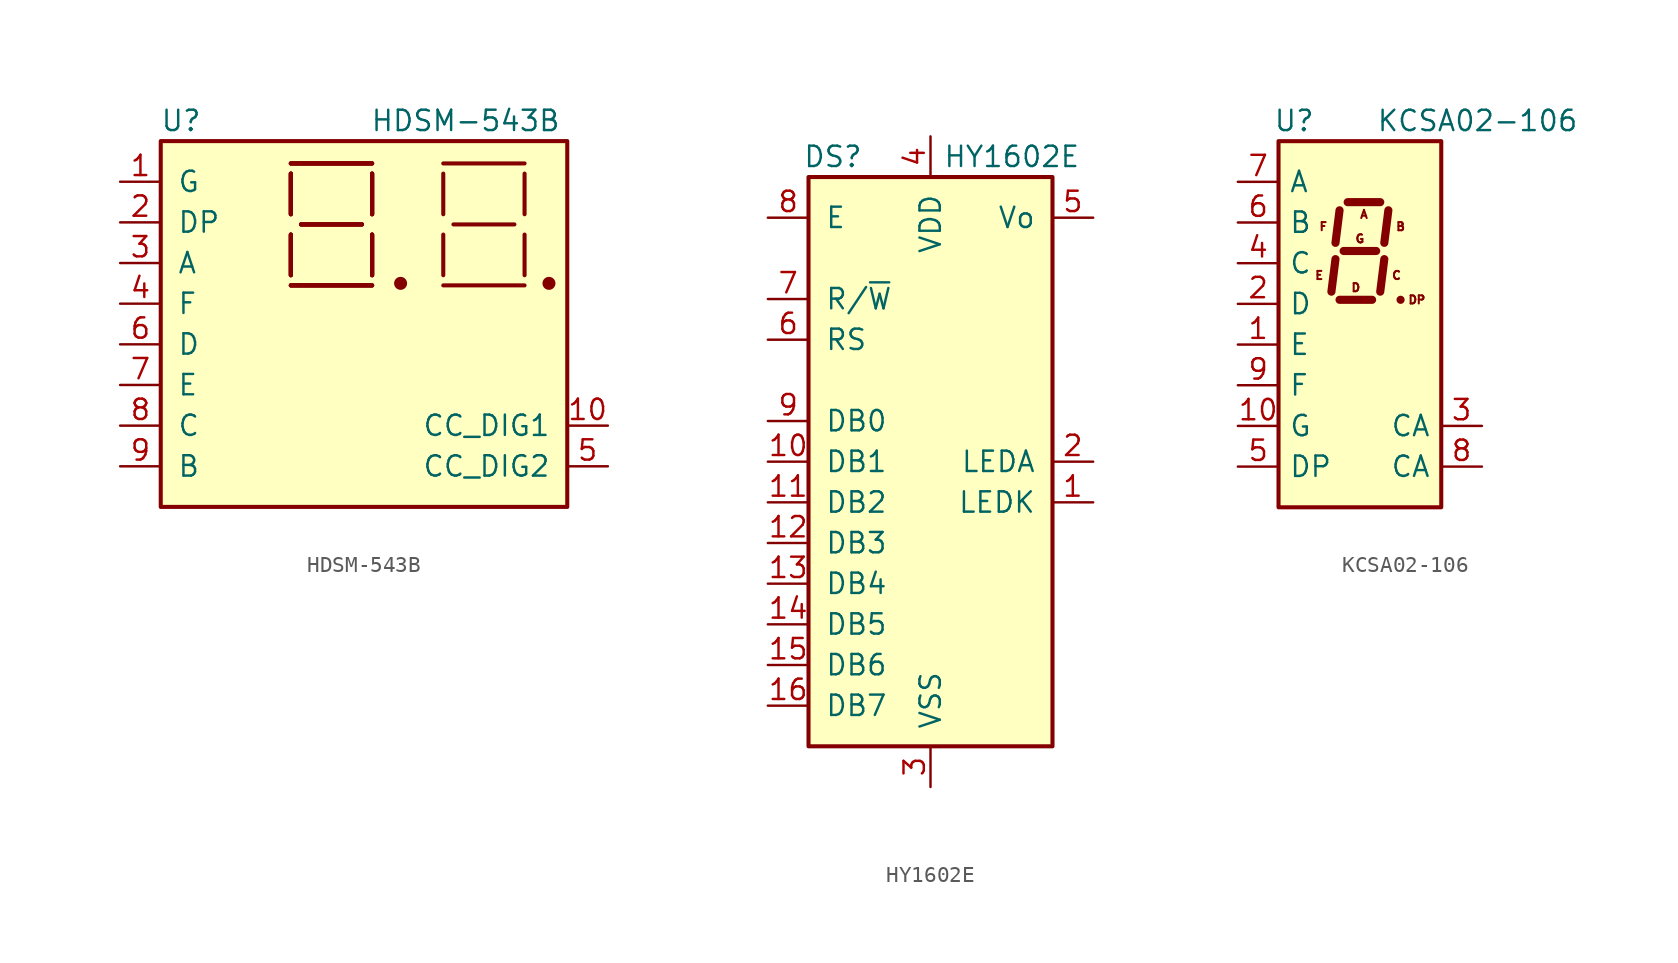
<source format=kicad_sym>
(kicad_symbol_lib
  (version 20231120)
  (generator "kicad_symbol_editor")
  (generator_version "8.0")
  (symbol "HDSM-543B"
    (pin_names
      (offset 1.016))
    (property "Reference" "U"
      (at -11.43 11.43 0)
      (effects (font (size 1.27 1.27))))
    (property "Value" "HDSM-543B"
      (at 6.35 11.43 0)
      (effects (font (size 1.27 1.27))))
    (symbol "HDSM-543B_0_1"
      (rectangle (start -12.7 10.16) (end 12.7 -12.7) (stroke (width 0.254) (type default)) (fill (type background)))
      (polyline (pts (xy -4.572 1.143) (xy 0.508 1.143)) (stroke (width 0.254) (type default)) (fill (type none)))
      (polyline (pts (xy -4.572 1.143) (xy 0.508 1.143)) (stroke (width 0.254) (type default)) (fill (type none)))
      (polyline (pts (xy -4.572 1.143) (xy 0.508 1.143)) (stroke (width 0.254) (type default)) (fill (type none)))
      (polyline (pts (xy -4.572 1.143) (xy 0.508 1.143)) (stroke (width 0.254) (type default)) (fill (type none)))
      (polyline (pts (xy -4.572 1.778) (xy -4.572 4.318)) (stroke (width 0.254) (type default)) (fill (type none)))
      (polyline (pts (xy -4.572 1.778) (xy -4.572 4.318)) (stroke (width 0.254) (type default)) (fill (type none)))
      (polyline (pts (xy -4.572 1.778) (xy -4.572 4.318)) (stroke (width 0.254) (type default)) (fill (type none)))
      (polyline (pts (xy -4.572 1.778) (xy -4.572 4.318)) (stroke (width 0.254) (type default)) (fill (type none)))
      (polyline (pts (xy -4.572 5.588) (xy -4.572 8.128)) (stroke (width 0.254) (type default)) (fill (type none)))
      (polyline (pts (xy -4.572 5.588) (xy -4.572 8.128)) (stroke (width 0.254) (type default)) (fill (type none)))
      (polyline (pts (xy -4.572 5.588) (xy -4.572 8.128)) (stroke (width 0.254) (type default)) (fill (type none)))
      (polyline (pts (xy -4.572 5.588) (xy -4.572 8.128)) (stroke (width 0.254) (type default)) (fill (type none)))
      (polyline (pts (xy -4.572 8.763) (xy 0.508 8.763)) (stroke (width 0.254) (type default)) (fill (type none)))
      (polyline (pts (xy -4.572 8.763) (xy 0.508 8.763)) (stroke (width 0.254) (type default)) (fill (type none)))
      (polyline (pts (xy -4.572 8.763) (xy 0.508 8.763)) (stroke (width 0.254) (type default)) (fill (type none)))
      (polyline (pts (xy -4.572 8.763) (xy 0.508 8.763)) (stroke (width 0.254) (type default)) (fill (type none)))
      (polyline (pts (xy -3.937 4.953) (xy -0.127 4.953)) (stroke (width 0.254) (type default)) (fill (type none)))
      (polyline (pts (xy -3.937 4.953) (xy -0.127 4.953)) (stroke (width 0.254) (type default)) (fill (type none)))
      (polyline (pts (xy -3.937 4.953) (xy -0.127 4.953)) (stroke (width 0.254) (type default)) (fill (type none)))
      (polyline (pts (xy -3.937 4.953) (xy -0.127 4.953)) (stroke (width 0.254) (type default)) (fill (type none)))
      (polyline (pts (xy 0.508 1.778) (xy 0.508 4.318)) (stroke (width 0.254) (type default)) (fill (type none)))
      (polyline (pts (xy 0.508 1.778) (xy 0.508 4.318)) (stroke (width 0.254) (type default)) (fill (type none)))
      (polyline (pts (xy 0.508 1.778) (xy 0.508 4.318)) (stroke (width 0.254) (type default)) (fill (type none)))
      (polyline (pts (xy 0.508 1.778) (xy 0.508 4.318)) (stroke (width 0.254) (type default)) (fill (type none)))
      (polyline (pts (xy 0.508 8.128) (xy 0.508 5.588)) (stroke (width 0.254) (type default)) (fill (type none)))
      (polyline (pts (xy 0.508 8.128) (xy 0.508 5.588)) (stroke (width 0.254) (type default)) (fill (type none)))
      (polyline (pts (xy 0.508 8.128) (xy 0.508 5.588)) (stroke (width 0.254) (type default)) (fill (type none)))
      (polyline (pts (xy 0.508 8.128) (xy 0.508 5.588)) (stroke (width 0.254) (type default)) (fill (type none)))
      (polyline (pts (xy 4.953 1.143) (xy 10.033 1.143)) (stroke (width 0.254) (type default)) (fill (type none)))
      (polyline (pts (xy 4.953 1.778) (xy 4.953 4.318)) (stroke (width 0.254) (type default)) (fill (type none)))
      (polyline (pts (xy 4.953 5.588) (xy 4.953 8.128)) (stroke (width 0.254) (type default)) (fill (type none)))
      (polyline (pts (xy 4.953 8.763) (xy 10.033 8.763)) (stroke (width 0.254) (type default)) (fill (type none)))
      (polyline (pts (xy 5.588 4.953) (xy 9.398 4.953)) (stroke (width 0.254) (type default)) (fill (type none)))
      (polyline (pts (xy 10.033 1.778) (xy 10.033 4.318)) (stroke (width 0.254) (type default)) (fill (type none)))
      (polyline (pts (xy 10.033 5.588) (xy 10.033 8.128)) (stroke (width 0.254) (type default)) (fill (type none)))
      (circle (center 2.286 1.27) (radius 0.279) (stroke (width 0.254) (type default)) (fill (type outline)))
      (circle (center 11.557 1.27) (radius 0.279) (stroke (width 0.254) (type default)) (fill (type outline))))
    (symbol "HDSM-543B_1_1"
      (pin input line (at -15.24 7.62 0) (length 2.54) (name "G" (effects (font (size 1.27 1.27)))) (number "1" (effects (font (size 1.27 1.27)))))
      (pin input line (at 15.24 -7.62 180) (length 2.54) (name "CC_DIG1" (effects (font (size 1.27 1.27)))) (number "10" (effects (font (size 1.27 1.27)))))
      (pin input line (at -15.24 5.08 0) (length 2.54) (name "DP" (effects (font (size 1.27 1.27)))) (number "2" (effects (font (size 1.27 1.27)))))
      (pin input line (at -15.24 2.54 0) (length 2.54) (name "A" (effects (font (size 1.27 1.27)))) (number "3" (effects (font (size 1.27 1.27)))))
      (pin input line (at -15.24 0 0) (length 2.54) (name "F" (effects (font (size 1.27 1.27)))) (number "4" (effects (font (size 1.27 1.27)))))
      (pin input line (at 15.24 -10.16 180) (length 2.54) (name "CC_DIG2" (effects (font (size 1.27 1.27)))) (number "5" (effects (font (size 1.27 1.27)))))
      (pin input line (at -15.24 -2.54 0) (length 2.54) (name "D" (effects (font (size 1.27 1.27)))) (number "6" (effects (font (size 1.27 1.27)))))
      (pin input line (at -15.24 -5.08 0) (length 2.54) (name "E" (effects (font (size 1.27 1.27)))) (number "7" (effects (font (size 1.27 1.27)))))
      (pin input line (at -15.24 -7.62 0) (length 2.54) (name "C" (effects (font (size 1.27 1.27)))) (number "8" (effects (font (size 1.27 1.27)))))
      (pin input line (at -15.24 -10.16 0) (length 2.54) (name "B" (effects (font (size 1.27 1.27)))) (number "9" (effects (font (size 1.27 1.27)))))))
  (symbol "HY1602E"
    (pin_names
      (offset 1.016))
    (property "Reference" "DS"
      (at -6.096 19.05 0)
      (effects (font (size 1.27 1.27))))
    (property "Value" "HY1602E"
      (at 5.08 19.05 0)
      (effects (font (size 1.27 1.27))))
    (symbol "HY1602E_0_1"
      (rectangle (start -7.62 17.78) (end 7.62 -17.78) (stroke (width 0.254) (type default)) (fill (type background))))
    (symbol "HY1602E_1_1"
      (pin passive line (at 10.16 -2.54 180) (length 2.54) (name "LEDK" (effects (font (size 1.27 1.27)))) (number "1" (effects (font (size 1.27 1.27)))))
      (pin bidirectional line (at -10.16 0 0) (length 2.54) (name "DB1" (effects (font (size 1.27 1.27)))) (number "10" (effects (font (size 1.27 1.27)))))
      (pin bidirectional line (at -10.16 -2.54 0) (length 2.54) (name "DB2" (effects (font (size 1.27 1.27)))) (number "11" (effects (font (size 1.27 1.27)))))
      (pin bidirectional line (at -10.16 -5.08 0) (length 2.54) (name "DB3" (effects (font (size 1.27 1.27)))) (number "12" (effects (font (size 1.27 1.27)))))
      (pin bidirectional line (at -10.16 -7.62 0) (length 2.54) (name "DB4" (effects (font (size 1.27 1.27)))) (number "13" (effects (font (size 1.27 1.27)))))
      (pin bidirectional line (at -10.16 -10.16 0) (length 2.54) (name "DB5" (effects (font (size 1.27 1.27)))) (number "14" (effects (font (size 1.27 1.27)))))
      (pin bidirectional line (at -10.16 -12.7 0) (length 2.54) (name "DB6" (effects (font (size 1.27 1.27)))) (number "15" (effects (font (size 1.27 1.27)))))
      (pin bidirectional line (at -10.16 -15.24 0) (length 2.54) (name "DB7" (effects (font (size 1.27 1.27)))) (number "16" (effects (font (size 1.27 1.27)))))
      (pin passive line (at 10.16 0 180) (length 2.54) (name "LEDA" (effects (font (size 1.27 1.27)))) (number "2" (effects (font (size 1.27 1.27)))))
      (pin power_in line (at 0 -20.32 90) (length 2.54) (name "VSS" (effects (font (size 1.27 1.27)))) (number "3" (effects (font (size 1.27 1.27)))))
      (pin power_in line (at 0 20.32 270) (length 2.54) (name "VDD" (effects (font (size 1.27 1.27)))) (number "4" (effects (font (size 1.27 1.27)))))
      (pin input line (at 10.16 15.24 180) (length 2.54) (name "Vo" (effects (font (size 1.27 1.27)))) (number "5" (effects (font (size 1.27 1.27)))))
      (pin input line (at -10.16 7.62 0) (length 2.54) (name "RS" (effects (font (size 1.27 1.27)))) (number "6" (effects (font (size 1.27 1.27)))))
      (pin input line (at -10.16 10.16 0) (length 2.54) (name "R/~{W}" (effects (font (size 1.27 1.27)))) (number "7" (effects (font (size 1.27 1.27)))))
      (pin input line (at -10.16 15.24 0) (length 2.54) (name "E" (effects (font (size 1.27 1.27)))) (number "8" (effects (font (size 1.27 1.27)))))
      (pin bidirectional line (at -10.16 2.54 0) (length 2.54) (name "DB0" (effects (font (size 1.27 1.27)))) (number "9" (effects (font (size 1.27 1.27)))))))
  (symbol "KCSA02-106"
    (pin_names
      (offset 0.635))
    (property "Reference" "U"
      (at -2.794 11.43 0)
      (effects (font (size 1.27 1.27)) (justify right)))
    (property "Value" "KCSA02-106"
      (at 1.016 11.43 0)
      (effects (font (size 1.27 1.27)) (justify left)))
    (symbol "KCSA02-106_0_0"
      (text "A" (at 0.254 5.588 0) (effects (font (size 0.508 0.508))))
      (text "B" (at 2.54 4.826 0) (effects (font (size 0.508 0.508))))
      (text "C" (at 2.286 1.778 0) (effects (font (size 0.508 0.508))))
      (text "D" (at -0.254 1.016 0) (effects (font (size 0.508 0.508))))
      (text "DP" (at 3.556 0.254 0) (effects (font (size 0.508 0.508))))
      (text "E" (at -2.54 1.778 0) (effects (font (size 0.508 0.508))))
      (text "F" (at -2.286 4.826 0) (effects (font (size 0.508 0.508))))
      (text "G" (at 0 4.064 0) (effects (font (size 0.508 0.508)))))
    (symbol "KCSA02-106_0_1"
      (rectangle (start -5.08 10.16) (end 5.08 -12.7) (stroke (width 0.254) (type default)) (fill (type background)))
      (polyline (pts (xy -1.524 2.794) (xy -1.778 0.762)) (stroke (width 0.508) (type default)) (fill (type none)))
      (polyline (pts (xy -1.27 0.254) (xy 0.762 0.254)) (stroke (width 0.508) (type default)) (fill (type none)))
      (polyline (pts (xy -1.27 5.842) (xy -1.524 3.81)) (stroke (width 0.508) (type default)) (fill (type none)))
      (polyline (pts (xy -1.016 3.302) (xy 1.016 3.302)) (stroke (width 0.508) (type default)) (fill (type none)))
      (polyline (pts (xy -0.762 6.35) (xy 1.27 6.35)) (stroke (width 0.508) (type default)) (fill (type none)))
      (polyline (pts (xy 1.524 2.794) (xy 1.27 0.762)) (stroke (width 0.508) (type default)) (fill (type none)))
      (polyline (pts (xy 1.778 5.842) (xy 1.524 3.81)) (stroke (width 0.508) (type default)) (fill (type none)))
      (polyline (pts (xy 2.54 0.254) (xy 2.54 0.254)) (stroke (width 0.508) (type default)) (fill (type none))))
    (symbol "KCSA02-106_1_1"
      (pin input line (at -7.62 -2.54 0) (length 2.54) (name "E" (effects (font (size 1.27 1.27)))) (number "1" (effects (font (size 1.27 1.27)))))
      (pin input line (at -7.62 -7.62 0) (length 2.54) (name "G" (effects (font (size 1.27 1.27)))) (number "10" (effects (font (size 1.27 1.27)))))
      (pin input line (at -7.62 0 0) (length 2.54) (name "D" (effects (font (size 1.27 1.27)))) (number "2" (effects (font (size 1.27 1.27)))))
      (pin input line (at 7.62 -7.62 180) (length 2.54) (name "CA" (effects (font (size 1.27 1.27)))) (number "3" (effects (font (size 1.27 1.27)))))
      (pin input line (at -7.62 2.54 0) (length 2.54) (name "C" (effects (font (size 1.27 1.27)))) (number "4" (effects (font (size 1.27 1.27)))))
      (pin input line (at -7.62 -10.16 0) (length 2.54) (name "DP" (effects (font (size 1.27 1.27)))) (number "5" (effects (font (size 1.27 1.27)))))
      (pin input line (at -7.62 5.08 0) (length 2.54) (name "B" (effects (font (size 1.27 1.27)))) (number "6" (effects (font (size 1.27 1.27)))))
      (pin input line (at -7.62 7.62 0) (length 2.54) (name "A" (effects (font (size 1.27 1.27)))) (number "7" (effects (font (size 1.27 1.27)))))
      (pin input line (at 7.62 -10.16 180) (length 2.54) (name "CA" (effects (font (size 1.27 1.27)))) (number "8" (effects (font (size 1.27 1.27)))))
      (pin input line (at -7.62 -5.08 0) (length 2.54) (name "F" (effects (font (size 1.27 1.27)))) (number "9" (effects (font (size 1.27 1.27))))))))
</source>
